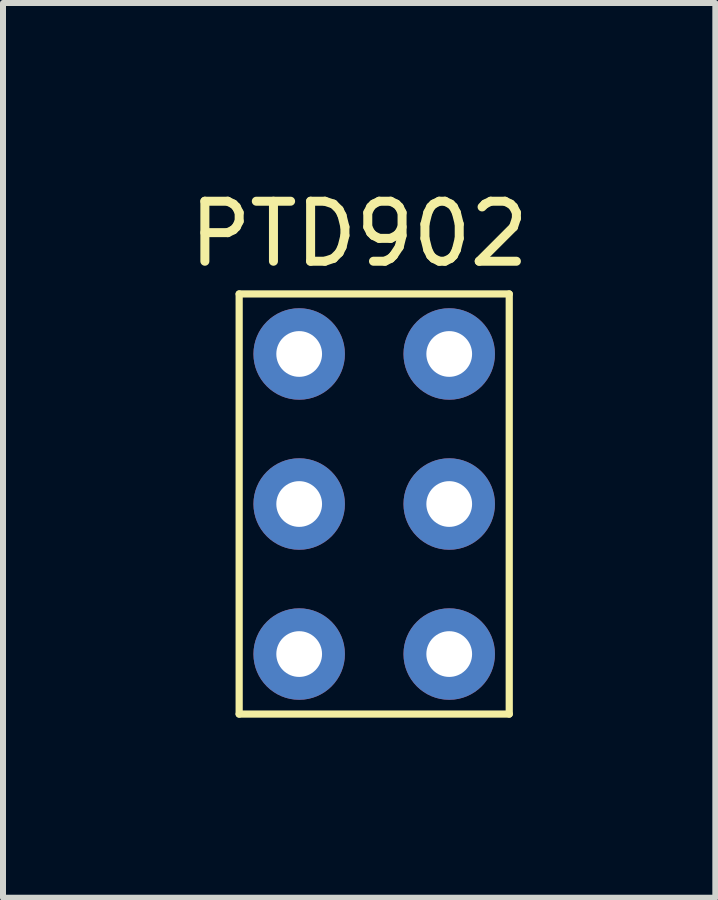
<source format=kicad_pcb>
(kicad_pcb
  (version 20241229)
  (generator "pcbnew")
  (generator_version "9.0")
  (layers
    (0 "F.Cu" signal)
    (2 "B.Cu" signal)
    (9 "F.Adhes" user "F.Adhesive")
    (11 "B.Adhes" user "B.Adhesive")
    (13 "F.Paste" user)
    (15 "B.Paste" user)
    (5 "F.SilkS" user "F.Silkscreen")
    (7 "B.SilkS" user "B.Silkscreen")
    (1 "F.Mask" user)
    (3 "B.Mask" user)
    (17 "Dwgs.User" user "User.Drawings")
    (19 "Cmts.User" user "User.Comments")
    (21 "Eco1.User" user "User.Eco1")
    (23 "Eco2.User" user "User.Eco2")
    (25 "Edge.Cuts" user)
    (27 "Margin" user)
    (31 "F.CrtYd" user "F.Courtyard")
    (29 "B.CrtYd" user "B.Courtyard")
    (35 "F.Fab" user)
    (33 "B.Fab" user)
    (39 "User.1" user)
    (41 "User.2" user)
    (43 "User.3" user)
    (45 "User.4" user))
  (footprint "PTD902"
    (layer "F.Cu")
    (at 1.935 2.848)
    (property "Reference" "PTD902" (at 1 -2 0) (layer "F.SilkS") (effects (font (size 1 1) (thickness 0.15))))
    (attr through_hole)
    (fp_line (start -1 -1) (end 3.5 -1) (stroke (width 0.12) (type solid)) (layer "F.SilkS"))
    (fp_line (start -1 6) (end -1 -1) (stroke (width 0.12) (type solid)) (layer "F.SilkS"))
    (fp_line (start 3.5 -1) (end 3.5 6) (stroke (width 0.12) (type solid)) (layer "F.SilkS"))
    (fp_line (start 3.5 6) (end -1 6) (stroke (width 0.12) (type solid)) (layer "F.SilkS"))
    (pad "1" thru_hole circle (at 0 0) (size 1.524 1.524) (drill 0.762) (layers "*.Cu" "*.Mask"))
    (pad "2" thru_hole circle (at 0 2.5) (size 1.524 1.524) (drill 0.762) (layers "*.Cu" "*.Mask"))
    (pad "3" thru_hole circle (at 0 5) (size 1.524 1.524) (drill 0.762) (layers "*.Cu" "*.Mask"))
    (pad "4" thru_hole circle (at 2.5 0) (size 1.524 1.524) (drill 0.762) (layers "*.Cu" "*.Mask"))
    (pad "5" thru_hole circle (at 2.5 2.5) (size 1.524 1.524) (drill 0.762) (layers "*.Cu" "*.Mask"))
    (pad "6" thru_hole circle (at 2.5 5) (size 1.524 1.524) (drill 0.762) (layers "*.Cu" "*.Mask")))
  (gr_rect
    (start -3 -3)
    (end 8.869 11.908)
    (stroke (width 0.1) (type default))
    (fill no)
    (layer "Edge.Cuts")))
</source>
